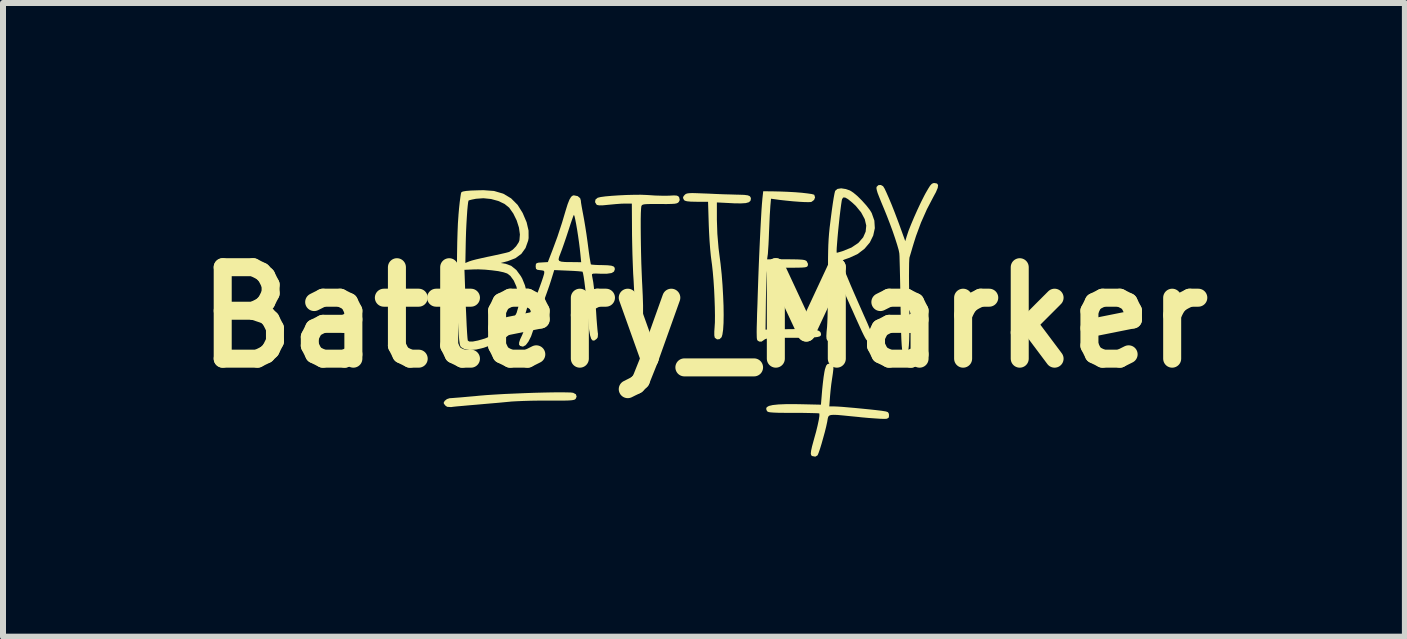
<source format=kicad_pcb>
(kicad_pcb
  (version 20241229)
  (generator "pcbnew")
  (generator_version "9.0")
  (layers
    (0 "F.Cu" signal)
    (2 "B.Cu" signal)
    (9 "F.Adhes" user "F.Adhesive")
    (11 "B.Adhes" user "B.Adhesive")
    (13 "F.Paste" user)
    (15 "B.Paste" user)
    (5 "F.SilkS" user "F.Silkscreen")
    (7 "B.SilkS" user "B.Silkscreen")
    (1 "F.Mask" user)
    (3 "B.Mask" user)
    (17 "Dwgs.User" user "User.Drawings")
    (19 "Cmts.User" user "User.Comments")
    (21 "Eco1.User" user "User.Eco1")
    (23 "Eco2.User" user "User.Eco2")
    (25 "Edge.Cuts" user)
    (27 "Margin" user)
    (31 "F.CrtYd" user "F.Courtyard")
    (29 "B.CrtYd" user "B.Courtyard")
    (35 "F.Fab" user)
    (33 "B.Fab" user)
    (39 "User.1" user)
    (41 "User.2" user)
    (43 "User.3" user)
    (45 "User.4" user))
  (footprint "Battery_Marker"
    (layer "F.Cu")
    (at 8.68 2.237)
    (property "Reference" "Battery_Marker" (at 0 0 0) (layer "F.SilkS") (effects (font (size 1.524 1.524) (thickness 0.3))))
    (attr board_only exclude_from_pos_files exclude_from_bom)
    (fp_poly (pts (xy -2.296 1.251) (xy -2.221 1.253) (xy -2.18 1.258) (xy -2.134 1.283) (xy -2.122 1.322) (xy -2.137 1.357) (xy -2.148 1.368) (xy -2.168 1.376) (xy -2.202 1.382) (xy -2.254 1.386) (xy -2.33 1.388) (xy -2.434 1.388) (xy -2.572 1.388) (xy -2.596 1.388) (xy -2.738 1.388) (xy -2.88 1.39) (xy -3.014 1.394) (xy -3.129 1.399) (xy -3.217 1.404) (xy -3.23 1.406) (xy -3.318 1.414) (xy -3.433 1.425) (xy -3.564 1.436) (xy -3.7 1.448) (xy -3.79 1.456) (xy -3.91 1.466) (xy -4.019 1.476) (xy -4.112 1.484) (xy -4.179 1.491) (xy -4.214 1.496) (xy -4.278 1.492) (xy -4.306 1.474) (xy -4.331 1.443) (xy -4.338 1.426) (xy -4.321 1.393) (xy -4.283 1.363) (xy -4.238 1.348) (xy -4.234 1.348) (xy -4.202 1.346) (xy -4.138 1.341) (xy -4.048 1.334) (xy -3.937 1.324) (xy -3.811 1.313) (xy -3.742 1.306) (xy -3.62 1.296) (xy -3.48 1.287) (xy -3.325 1.278) (xy -3.162 1.271) (xy -2.995 1.264) (xy -2.83 1.258) (xy -2.673 1.254) (xy -2.528 1.251) (xy -2.401 1.25)) (stroke (width 0) (type solid)) (fill yes) (layer "F.SilkS"))
    (fp_poly (pts (xy -0.119 -2.068) (xy -0.014 -2.064) (xy 0.068 -2.061) (xy 0.195 -2.055) (xy 0.321 -2.05) (xy 0.436 -2.047) (xy 0.53 -2.044) (xy 0.576 -2.043) (xy 0.67 -2.04) (xy 0.731 -2.032) (xy 0.765 -2.017) (xy 0.78 -1.992) (xy 0.782 -1.973) (xy 0.774 -1.94) (xy 0.747 -1.917) (xy 0.697 -1.903) (xy 0.619 -1.898) (xy 0.509 -1.899) (xy 0.455 -1.902) (xy 0.215 -1.914) (xy 0.215 -1.626) (xy 0.223 -1.389) (xy 0.243 -1.152) (xy 0.254 -1.065) (xy 0.276 -0.894) (xy 0.295 -0.715) (xy 0.309 -0.536) (xy 0.319 -0.36) (xy 0.326 -0.192) (xy 0.328 -0.039) (xy 0.326 0.096) (xy 0.319 0.207) (xy 0.307 0.288) (xy 0.294 0.331) (xy 0.26 0.364) (xy 0.218 0.368) (xy 0.183 0.343) (xy 0.179 0.337) (xy 0.172 0.301) (xy 0.172 0.238) (xy 0.177 0.166) (xy 0.182 0.085) (xy 0.183 -0.028) (xy 0.181 -0.162) (xy 0.176 -0.31) (xy 0.169 -0.464) (xy 0.159 -0.614) (xy 0.147 -0.754) (xy 0.134 -0.874) (xy 0.125 -0.941) (xy 0.114 -1.027) (xy 0.103 -1.141) (xy 0.093 -1.273) (xy 0.085 -1.413) (xy 0.08 -1.534) (xy 0.068 -1.925) (xy -0.123 -1.925) (xy -0.219 -1.927) (xy -0.282 -1.933) (xy -0.318 -1.943) (xy -0.333 -1.955) (xy -0.35 -1.99) (xy -0.34 -2.019) (xy -0.318 -2.043) (xy -0.303 -2.055) (xy -0.281 -2.063) (xy -0.247 -2.068) (xy -0.195 -2.07)) (stroke (width 0) (type solid)) (fill yes) (layer "F.SilkS"))
    (fp_poly (pts (xy -0.952 -2.038) (xy -0.918 -2.036) (xy -0.813 -2.029) (xy -0.705 -2.026) (xy -0.609 -2.026) (xy -0.573 -2.027) (xy -0.499 -2.031) (xy -0.454 -2.028) (xy -0.429 -2.018) (xy -0.414 -1.999) (xy -0.413 -1.998) (xy -0.404 -1.954) (xy -0.419 -1.923) (xy -0.433 -1.909) (xy -0.454 -1.899) (xy -0.489 -1.892) (xy -0.544 -1.889) (xy -0.625 -1.887) (xy -0.739 -1.888) (xy -0.852 -1.888) (xy -0.932 -1.887) (xy -0.985 -1.884) (xy -1.016 -1.878) (xy -1.033 -1.869) (xy -1.041 -1.856) (xy -1.044 -1.848) (xy -1.048 -1.809) (xy -1.052 -1.736) (xy -1.054 -1.635) (xy -1.054 -1.511) (xy -1.053 -1.37) (xy -1.051 -1.218) (xy -1.048 -1.059) (xy -1.044 -0.899) (xy -1.038 -0.745) (xy -1.032 -0.6) (xy -1.029 -0.547) (xy -1.02 -0.358) (xy -1.015 -0.2) (xy -1.015 -0.063) (xy -1.019 0.061) (xy -1.025 0.147) (xy -1.045 0.401) (xy -1.097 0.407) (xy -1.14 0.404) (xy -1.162 0.391) (xy -1.166 0.365) (xy -1.168 0.307) (xy -1.167 0.224) (xy -1.165 0.124) (xy -1.162 0.053) (xy -1.158 -0.159) (xy -1.161 -0.388) (xy -1.172 -0.606) (xy -1.18 -0.731) (xy -1.186 -0.883) (xy -1.192 -1.051) (xy -1.196 -1.222) (xy -1.199 -1.385) (xy -1.199 -1.421) (xy -1.202 -1.895) (xy -1.309 -1.895) (xy -1.38 -1.893) (xy -1.473 -1.886) (xy -1.569 -1.877) (xy -1.59 -1.875) (xy -1.684 -1.866) (xy -1.745 -1.865) (xy -1.781 -1.872) (xy -1.79 -1.878) (xy -1.815 -1.919) (xy -1.808 -1.962) (xy -1.771 -1.992) (xy -1.721 -2.004) (xy -1.64 -2.015) (xy -1.536 -2.024) (xy -1.417 -2.032) (xy -1.291 -2.038) (xy -1.166 -2.041) (xy -1.051 -2.042)) (stroke (width 0) (type solid)) (fill yes) (layer "F.SilkS"))
    (fp_poly (pts (xy 3.883 -2.229) (xy 3.901 -2.204) (xy 3.895 -2.157) (xy 3.865 -2.085) (xy 3.821 -2.004) (xy 3.715 -1.801) (xy 3.616 -1.578) (xy 3.533 -1.354) (xy 3.5 -1.25) (xy 3.473 -1.161) (xy 3.45 -1.082) (xy 3.432 -1.022) (xy 3.424 -0.996) (xy 3.421 -0.965) (xy 3.418 -0.9) (xy 3.417 -0.806) (xy 3.416 -0.69) (xy 3.417 -0.556) (xy 3.419 -0.411) (xy 3.419 -0.381) (xy 3.421 -0.224) (xy 3.423 -0.069) (xy 3.423 0.076) (xy 3.423 0.204) (xy 3.421 0.308) (xy 3.419 0.38) (xy 3.419 0.381) (xy 3.414 0.47) (xy 3.408 0.528) (xy 3.4 0.561) (xy 3.388 0.576) (xy 3.369 0.582) (xy 3.369 0.582) (xy 3.326 0.576) (xy 3.307 0.563) (xy 3.301 0.535) (xy 3.295 0.47) (xy 3.289 0.368) (xy 3.284 0.229) (xy 3.28 0.055) (xy 3.276 -0.153) (xy 3.275 -0.225) (xy 3.272 -0.397) (xy 3.269 -0.559) (xy 3.266 -0.707) (xy 3.263 -0.837) (xy 3.26 -0.942) (xy 3.258 -1.018) (xy 3.255 -1.061) (xy 3.255 -1.065) (xy 3.244 -1.121) (xy 3.22 -1.205) (xy 3.186 -1.312) (xy 3.144 -1.435) (xy 3.096 -1.565) (xy 3.045 -1.697) (xy 3.004 -1.798) (xy 2.954 -1.918) (xy 2.918 -2.008) (xy 2.893 -2.072) (xy 2.88 -2.117) (xy 2.874 -2.147) (xy 2.875 -2.167) (xy 2.878 -2.175) (xy 2.906 -2.202) (xy 2.947 -2.205) (xy 2.985 -2.184) (xy 2.985 -2.183) (xy 3.008 -2.147) (xy 3.04 -2.079) (xy 3.081 -1.986) (xy 3.128 -1.874) (xy 3.177 -1.75) (xy 3.227 -1.618) (xy 3.253 -1.548) (xy 3.354 -1.269) (xy 3.379 -1.352) (xy 3.407 -1.437) (xy 3.45 -1.546) (xy 3.502 -1.669) (xy 3.559 -1.797) (xy 3.617 -1.92) (xy 3.671 -2.027) (xy 3.689 -2.061) (xy 3.735 -2.141) (xy 3.768 -2.193) (xy 3.794 -2.222) (xy 3.818 -2.235) (xy 3.842 -2.237)) (stroke (width 0) (type solid)) (fill yes) (layer "F.SilkS"))
    (fp_poly (pts (xy 2.13 0.774) (xy 2.148 0.787) (xy 2.157 0.814) (xy 2.156 0.864) (xy 2.147 0.94) (xy 2.134 1.026) (xy 2.121 1.116) (xy 2.109 1.223) (xy 2.1 1.323) (xy 2.1 1.324) (xy 2.088 1.485) (xy 2.172 1.485) (xy 2.221 1.487) (xy 2.301 1.492) (xy 2.403 1.501) (xy 2.519 1.511) (xy 2.642 1.523) (xy 2.763 1.535) (xy 2.873 1.547) (xy 2.965 1.558) (xy 2.97 1.559) (xy 3.032 1.569) (xy 3.065 1.581) (xy 3.079 1.603) (xy 3.083 1.626) (xy 3.081 1.668) (xy 3.053 1.688) (xy 3.041 1.691) (xy 3.008 1.693) (xy 2.942 1.691) (xy 2.851 1.685) (xy 2.741 1.677) (xy 2.618 1.666) (xy 2.586 1.662) (xy 2.432 1.647) (xy 2.312 1.635) (xy 2.223 1.627) (xy 2.159 1.625) (xy 2.115 1.628) (xy 2.088 1.638) (xy 2.072 1.655) (xy 2.064 1.68) (xy 2.058 1.714) (xy 2.053 1.744) (xy 2.036 1.822) (xy 2.013 1.914) (xy 1.986 2.012) (xy 1.959 2.108) (xy 1.933 2.193) (xy 1.91 2.259) (xy 1.894 2.297) (xy 1.891 2.301) (xy 1.855 2.322) (xy 1.803 2.312) (xy 1.802 2.312) (xy 1.786 2.298) (xy 1.78 2.27) (xy 1.785 2.223) (xy 1.801 2.15) (xy 1.829 2.047) (xy 1.835 2.025) (xy 1.868 1.907) (xy 1.894 1.8) (xy 1.913 1.71) (xy 1.923 1.644) (xy 1.923 1.607) (xy 1.921 1.602) (xy 1.9 1.599) (xy 1.845 1.597) (xy 1.762 1.595) (xy 1.659 1.593) (xy 1.539 1.592) (xy 1.49 1.592) (xy 1.349 1.592) (xy 1.243 1.591) (xy 1.165 1.588) (xy 1.112 1.584) (xy 1.078 1.579) (xy 1.058 1.57) (xy 1.049 1.561) (xy 1.036 1.526) (xy 1.046 1.498) (xy 1.082 1.477) (xy 1.146 1.462) (xy 1.241 1.452) (xy 1.369 1.447) (xy 1.531 1.447) (xy 1.644 1.449) (xy 1.949 1.456) (xy 1.97 1.202) (xy 1.981 1.097) (xy 1.993 0.998) (xy 2.006 0.915) (xy 2.017 0.861) (xy 2.018 0.86) (xy 2.036 0.806) (xy 2.057 0.78) (xy 2.088 0.772) (xy 2.101 0.772)) (stroke (width 0) (type solid)) (fill yes) (layer "F.SilkS"))
    (fp_poly (pts (xy 1.133 -2.099) (xy 1.264 -2.096) (xy 1.395 -2.091) (xy 1.52 -2.084) (xy 1.632 -2.075) (xy 1.726 -2.064) (xy 1.795 -2.054) (xy 1.834 -2.043) (xy 1.838 -2.04) (xy 1.851 -1.998) (xy 1.835 -1.956) (xy 1.794 -1.925) (xy 1.782 -1.921) (xy 1.744 -1.919) (xy 1.675 -1.92) (xy 1.584 -1.925) (xy 1.48 -1.933) (xy 1.369 -1.944) (xy 1.261 -1.956) (xy 1.189 -1.966) (xy 1.117 -1.976) (xy 1.106 -1.853) (xy 1.102 -1.788) (xy 1.096 -1.696) (xy 1.091 -1.585) (xy 1.086 -1.468) (xy 1.084 -1.426) (xy 1.08 -1.315) (xy 1.075 -1.21) (xy 1.069 -1.123) (xy 1.065 -1.061) (xy 1.063 -1.045) (xy 1.052 -0.966) (xy 1.365 -0.967) (xy 1.486 -0.966) (xy 1.574 -0.964) (xy 1.635 -0.96) (xy 1.675 -0.954) (xy 1.699 -0.944) (xy 1.711 -0.935) (xy 1.733 -0.891) (xy 1.731 -0.865) (xy 1.724 -0.85) (xy 1.71 -0.84) (xy 1.684 -0.833) (xy 1.64 -0.829) (xy 1.571 -0.827) (xy 1.473 -0.826) (xy 1.395 -0.826) (xy 1.286 -0.825) (xy 1.191 -0.822) (xy 1.116 -0.818) (xy 1.069 -0.813) (xy 1.056 -0.809) (xy 1.051 -0.785) (xy 1.046 -0.728) (xy 1.042 -0.643) (xy 1.038 -0.534) (xy 1.034 -0.409) (xy 1.032 -0.293) (xy 1.026 0.205) (xy 1.373 0.198) (xy 1.542 0.196) (xy 1.676 0.196) (xy 1.779 0.201) (xy 1.853 0.209) (xy 1.904 0.221) (xy 1.933 0.239) (xy 1.945 0.257) (xy 1.951 0.283) (xy 1.947 0.303) (xy 1.929 0.318) (xy 1.892 0.328) (xy 1.834 0.335) (xy 1.749 0.339) (xy 1.633 0.341) (xy 1.483 0.342) (xy 1.477 0.342) (xy 1.333 0.342) (xy 1.223 0.343) (xy 1.142 0.345) (xy 1.085 0.349) (xy 1.047 0.355) (xy 1.021 0.363) (xy 1.004 0.374) (xy 1.002 0.376) (xy 0.96 0.405) (xy 0.924 0.405) (xy 0.901 0.393) (xy 0.894 0.387) (xy 0.888 0.379) (xy 0.883 0.364) (xy 0.88 0.339) (xy 0.879 0.3) (xy 0.878 0.245) (xy 0.879 0.168) (xy 0.882 0.068) (xy 0.885 -0.06) (xy 0.891 -0.219) (xy 0.897 -0.412) (xy 0.899 -0.469) (xy 0.906 -0.677) (xy 0.914 -0.886) (xy 0.923 -1.092) (xy 0.932 -1.289) (xy 0.941 -1.473) (xy 0.95 -1.637) (xy 0.958 -1.779) (xy 0.966 -1.891) (xy 0.973 -1.97) (xy 0.973 -1.973) (xy 0.987 -2.1)) (stroke (width 0) (type solid)) (fill yes) (layer "F.SilkS"))
    (fp_poly (pts (xy 2.364 -2.137) (xy 2.433 -2.113) (xy 2.49 -2.076) (xy 2.56 -2.017) (xy 2.635 -1.942) (xy 2.706 -1.863) (xy 2.765 -1.787) (xy 2.795 -1.737) (xy 2.839 -1.612) (xy 2.847 -1.485) (xy 2.82 -1.362) (xy 2.763 -1.246) (xy 2.676 -1.143) (xy 2.563 -1.056) (xy 2.425 -0.992) (xy 2.399 -0.983) (xy 2.339 -0.962) (xy 2.299 -0.943) (xy 2.286 -0.932) (xy 2.294 -0.906) (xy 2.315 -0.849) (xy 2.348 -0.766) (xy 2.391 -0.663) (xy 2.441 -0.543) (xy 2.497 -0.413) (xy 2.557 -0.276) (xy 2.618 -0.138) (xy 2.663 -0.036) (xy 2.723 0.098) (xy 2.766 0.201) (xy 2.794 0.277) (xy 2.807 0.33) (xy 2.806 0.364) (xy 2.792 0.383) (xy 2.765 0.39) (xy 2.747 0.391) (xy 2.734 0.391) (xy 2.724 0.39) (xy 2.713 0.383) (xy 2.7 0.367) (xy 2.683 0.338) (xy 2.66 0.294) (xy 2.629 0.23) (xy 2.589 0.142) (xy 2.537 0.028) (xy 2.473 -0.116) (xy 2.437 -0.195) (xy 2.387 -0.307) (xy 2.34 -0.413) (xy 2.3 -0.507) (xy 2.269 -0.579) (xy 2.255 -0.615) (xy 2.218 -0.713) (xy 2.206 -0.225) (xy 2.202 -0.087) (xy 2.198 0.04) (xy 2.193 0.151) (xy 2.187 0.24) (xy 2.182 0.3) (xy 2.179 0.322) (xy 2.152 0.381) (xy 2.115 0.409) (xy 2.075 0.402) (xy 2.053 0.383) (xy 2.042 0.358) (xy 2.039 0.313) (xy 2.043 0.242) (xy 2.051 0.163) (xy 2.056 0.094) (xy 2.061 -0.008) (xy 2.064 -0.135) (xy 2.067 -0.28) (xy 2.068 -0.438) (xy 2.068 -0.6) (xy 2.068 -0.645) (xy 2.067 -0.825) (xy 2.067 -0.973) (xy 2.069 -1.097) (xy 2.069 -1.1) (xy 2.21 -1.1) (xy 2.212 -1.075) (xy 2.213 -1.075) (xy 2.233 -1.08) (xy 2.278 -1.093) (xy 2.308 -1.102) (xy 2.457 -1.162) (xy 2.572 -1.239) (xy 2.653 -1.333) (xy 2.694 -1.427) (xy 2.704 -1.528) (xy 2.679 -1.635) (xy 2.619 -1.747) (xy 2.528 -1.858) (xy 2.472 -1.91) (xy 2.401 -1.968) (xy 2.352 -1.996) (xy 2.319 -1.996) (xy 2.301 -1.967) (xy 2.296 -1.947) (xy 2.285 -1.874) (xy 2.273 -1.781) (xy 2.26 -1.674) (xy 2.248 -1.56) (xy 2.236 -1.444) (xy 2.226 -1.334) (xy 2.218 -1.235) (xy 2.212 -1.155) (xy 2.21 -1.1) (xy 2.069 -1.1) (xy 2.072 -1.204) (xy 2.077 -1.301) (xy 2.084 -1.395) (xy 2.094 -1.495) (xy 2.108 -1.607) (xy 2.115 -1.663) (xy 2.131 -1.787) (xy 2.147 -1.899) (xy 2.162 -1.994) (xy 2.175 -2.064) (xy 2.185 -2.104) (xy 2.187 -2.108) (xy 2.224 -2.139) (xy 2.286 -2.149)) (stroke (width 0) (type solid)) (fill yes) (layer "F.SilkS"))
    (fp_poly (pts (xy -3.498 -2.105) (xy -3.345 -2.06) (xy -3.214 -1.982) (xy -3.105 -1.873) (xy -3.021 -1.738) (xy -2.955 -1.583) (xy -2.923 -1.445) (xy -2.922 -1.32) (xy -2.929 -1.279) (xy -2.973 -1.155) (xy -3.043 -1.057) (xy -3.141 -0.985) (xy -3.271 -0.935) (xy -3.283 -0.932) (xy -3.387 -0.905) (xy -3.306 -0.892) (xy -3.213 -0.858) (xy -3.126 -0.788) (xy -3.051 -0.685) (xy -3.028 -0.644) (xy -2.983 -0.533) (xy -2.952 -0.41) (xy -2.936 -0.288) (xy -2.939 -0.186) (xy -2.975 -0.061) (xy -3.041 0.067) (xy -3.131 0.186) (xy -3.186 0.242) (xy -3.291 0.326) (xy -3.412 0.4) (xy -3.541 0.462) (xy -3.671 0.508) (xy -3.794 0.537) (xy -3.902 0.545) (xy -3.99 0.531) (xy -3.996 0.528) (xy -4.039 0.503) (xy -4.057 0.486) (xy -4.068 0.453) (xy -4.078 0.385) (xy -4.087 0.286) (xy -4.095 0.162) (xy -4.102 0.016) (xy -4.107 -0.148) (xy -4.112 -0.325) (xy -4.114 -0.511) (xy -4.116 -0.701) (xy -4.116 -0.791) (xy -3.991 -0.791) (xy -3.979 -0.449) (xy -3.97 -0.214) (xy -3.961 -0.018) (xy -3.954 0.14) (xy -3.947 0.26) (xy -3.941 0.341) (xy -3.936 0.383) (xy -3.935 0.388) (xy -3.91 0.404) (xy -3.853 0.404) (xy -3.766 0.387) (xy -3.652 0.354) (xy -3.639 0.349) (xy -3.49 0.286) (xy -3.355 0.2) (xy -3.24 0.098) (xy -3.153 -0.015) (xy -3.122 -0.074) (xy -3.093 -0.173) (xy -3.086 -0.286) (xy -3.098 -0.402) (xy -3.126 -0.514) (xy -3.17 -0.613) (xy -3.226 -0.69) (xy -3.279 -0.73) (xy -3.339 -0.75) (xy -3.427 -0.769) (xy -3.534 -0.783) (xy -3.648 -0.794) (xy -3.76 -0.799) (xy -3.829 -0.798) (xy -3.991 -0.791) (xy -4.116 -0.791) (xy -4.116 -0.891) (xy -4.116 -0.905) (xy -3.976 -0.905) (xy -3.911 -0.932) (xy -3.868 -0.946) (xy -3.796 -0.965) (xy -3.704 -0.986) (xy -3.6 -1.009) (xy -3.569 -1.015) (xy -3.466 -1.037) (xy -3.372 -1.058) (xy -3.298 -1.075) (xy -3.25 -1.088) (xy -3.242 -1.091) (xy -3.186 -1.127) (xy -3.13 -1.184) (xy -3.088 -1.248) (xy -3.075 -1.282) (xy -3.067 -1.38) (xy -3.083 -1.495) (xy -3.121 -1.615) (xy -3.177 -1.729) (xy -3.246 -1.827) (xy -3.323 -1.889) (xy -3.427 -1.938) (xy -3.548 -1.971) (xy -3.675 -1.984) (xy -3.798 -1.975) (xy -3.804 -1.974) (xy -3.865 -1.962) (xy -3.908 -1.951) (xy -3.922 -1.946) (xy -3.929 -1.921) (xy -3.936 -1.864) (xy -3.944 -1.78) (xy -3.951 -1.676) (xy -3.958 -1.558) (xy -3.964 -1.433) (xy -3.968 -1.307) (xy -3.97 -1.219) (xy -3.976 -0.905) (xy -4.116 -0.905) (xy -4.114 -1.077) (xy -4.111 -1.255) (xy -4.106 -1.42) (xy -4.1 -1.568) (xy -4.091 -1.695) (xy -4.091 -1.7) (xy -4.081 -1.815) (xy -4.07 -1.918) (xy -4.059 -2.001) (xy -4.05 -2.059) (xy -4.043 -2.083) (xy -4.018 -2.096) (xy -3.966 -2.105) (xy -3.883 -2.112) (xy -3.767 -2.116) (xy -3.673 -2.118)) (stroke (width 0) (type solid)) (fill yes) (layer "F.SilkS"))
    (fp_poly (pts (xy -2.104 -2.019) (xy -2.063 -1.984) (xy -2.052 -1.946) (xy -2.048 -1.907) (xy -2.037 -1.841) (xy -2.022 -1.759) (xy -2.013 -1.712) (xy -1.997 -1.625) (xy -1.978 -1.511) (xy -1.958 -1.383) (xy -1.94 -1.254) (xy -1.934 -1.208) (xy -1.92 -1.101) (xy -1.907 -1.008) (xy -1.895 -0.936) (xy -1.887 -0.892) (xy -1.884 -0.881) (xy -1.862 -0.877) (xy -1.81 -0.873) (xy -1.738 -0.87) (xy -1.704 -0.87) (xy -1.607 -0.867) (xy -1.544 -0.86) (xy -1.506 -0.847) (xy -1.489 -0.827) (xy -1.485 -0.801) (xy -1.499 -0.762) (xy -1.542 -0.737) (xy -1.618 -0.726) (xy -1.721 -0.726) (xy -1.797 -0.729) (xy -1.842 -0.728) (xy -1.863 -0.721) (xy -1.867 -0.706) (xy -1.865 -0.694) (xy -1.845 -0.585) (xy -1.827 -0.44) (xy -1.81 -0.263) (xy -1.797 -0.086) (xy -1.79 0.024) (xy -1.782 0.124) (xy -1.775 0.205) (xy -1.769 0.259) (xy -1.766 0.275) (xy -1.77 0.333) (xy -1.787 0.358) (xy -1.824 0.386) (xy -1.853 0.388) (xy -1.878 0.361) (xy -1.897 0.304) (xy -1.913 0.215) (xy -1.926 0.089) (xy -1.934 -0.01) (xy -1.942 -0.125) (xy -1.953 -0.247) (xy -1.966 -0.369) (xy -1.979 -0.485) (xy -1.992 -0.589) (xy -2.004 -0.673) (xy -2.015 -0.732) (xy -2.023 -0.759) (xy -2.023 -0.76) (xy -2.045 -0.763) (xy -2.097 -0.768) (xy -2.173 -0.773) (xy -2.263 -0.777) (xy -2.495 -0.787) (xy -2.549 -0.613) (xy -2.577 -0.527) (xy -2.615 -0.419) (xy -2.658 -0.3) (xy -2.701 -0.186) (xy -2.705 -0.176) (xy -2.746 -0.07) (xy -2.784 0.035) (xy -2.817 0.126) (xy -2.839 0.195) (xy -2.842 0.205) (xy -2.881 0.318) (xy -2.925 0.405) (xy -2.97 0.464) (xy -3.014 0.488) (xy -3.021 0.488) (xy -3.063 0.477) (xy -3.081 0.456) (xy -3.08 0.42) (xy -3.063 0.367) (xy -3.052 0.344) (xy -3.027 0.29) (xy -2.996 0.212) (xy -2.963 0.122) (xy -2.944 0.068) (xy -2.911 -0.026) (xy -2.87 -0.143) (xy -2.824 -0.268) (xy -2.78 -0.387) (xy -2.777 -0.397) (xy -2.74 -0.497) (xy -2.707 -0.589) (xy -2.682 -0.663) (xy -2.667 -0.713) (xy -2.664 -0.723) (xy -2.66 -0.759) (xy -2.673 -0.777) (xy -2.713 -0.784) (xy -2.728 -0.785) (xy -2.777 -0.792) (xy -2.799 -0.808) (xy -2.804 -0.844) (xy -2.804 -0.85) (xy -2.801 -0.884) (xy -2.788 -0.902) (xy -2.754 -0.911) (xy -2.702 -0.914) (xy -2.601 -0.92) (xy -2.584 -0.965) (xy -2.423 -0.965) (xy -2.412 -0.94) (xy -2.376 -0.927) (xy -2.312 -0.921) (xy -2.213 -0.92) (xy -2.21 -0.92) (xy -2.046 -0.918) (xy -2.06 -1.06) (xy -2.07 -1.152) (xy -2.083 -1.254) (xy -2.098 -1.359) (xy -2.114 -1.462) (xy -2.13 -1.554) (xy -2.145 -1.63) (xy -2.157 -1.683) (xy -2.166 -1.706) (xy -2.168 -1.706) (xy -2.179 -1.682) (xy -2.198 -1.629) (xy -2.224 -1.553) (xy -2.254 -1.461) (xy -2.262 -1.436) (xy -2.297 -1.33) (xy -2.333 -1.225) (xy -2.365 -1.134) (xy -2.39 -1.068) (xy -2.391 -1.065) (xy -2.414 -1.005) (xy -2.423 -0.965) (xy -2.584 -0.965) (xy -2.524 -1.12) (xy -2.442 -1.342) (xy -2.365 -1.576) (xy -2.305 -1.778) (xy -2.271 -1.887) (xy -2.241 -1.962) (xy -2.213 -2.008) (xy -2.185 -2.029) (xy -2.167 -2.032)) (stroke (width 0) (type solid)) (fill yes) (layer "F.SilkS")))
  (gr_rect
    (start -3 -3)
    (end 20.359 7.559)
    (stroke (width 0.1) (type default))
    (fill no)
    (layer "Edge.Cuts")))
</source>
